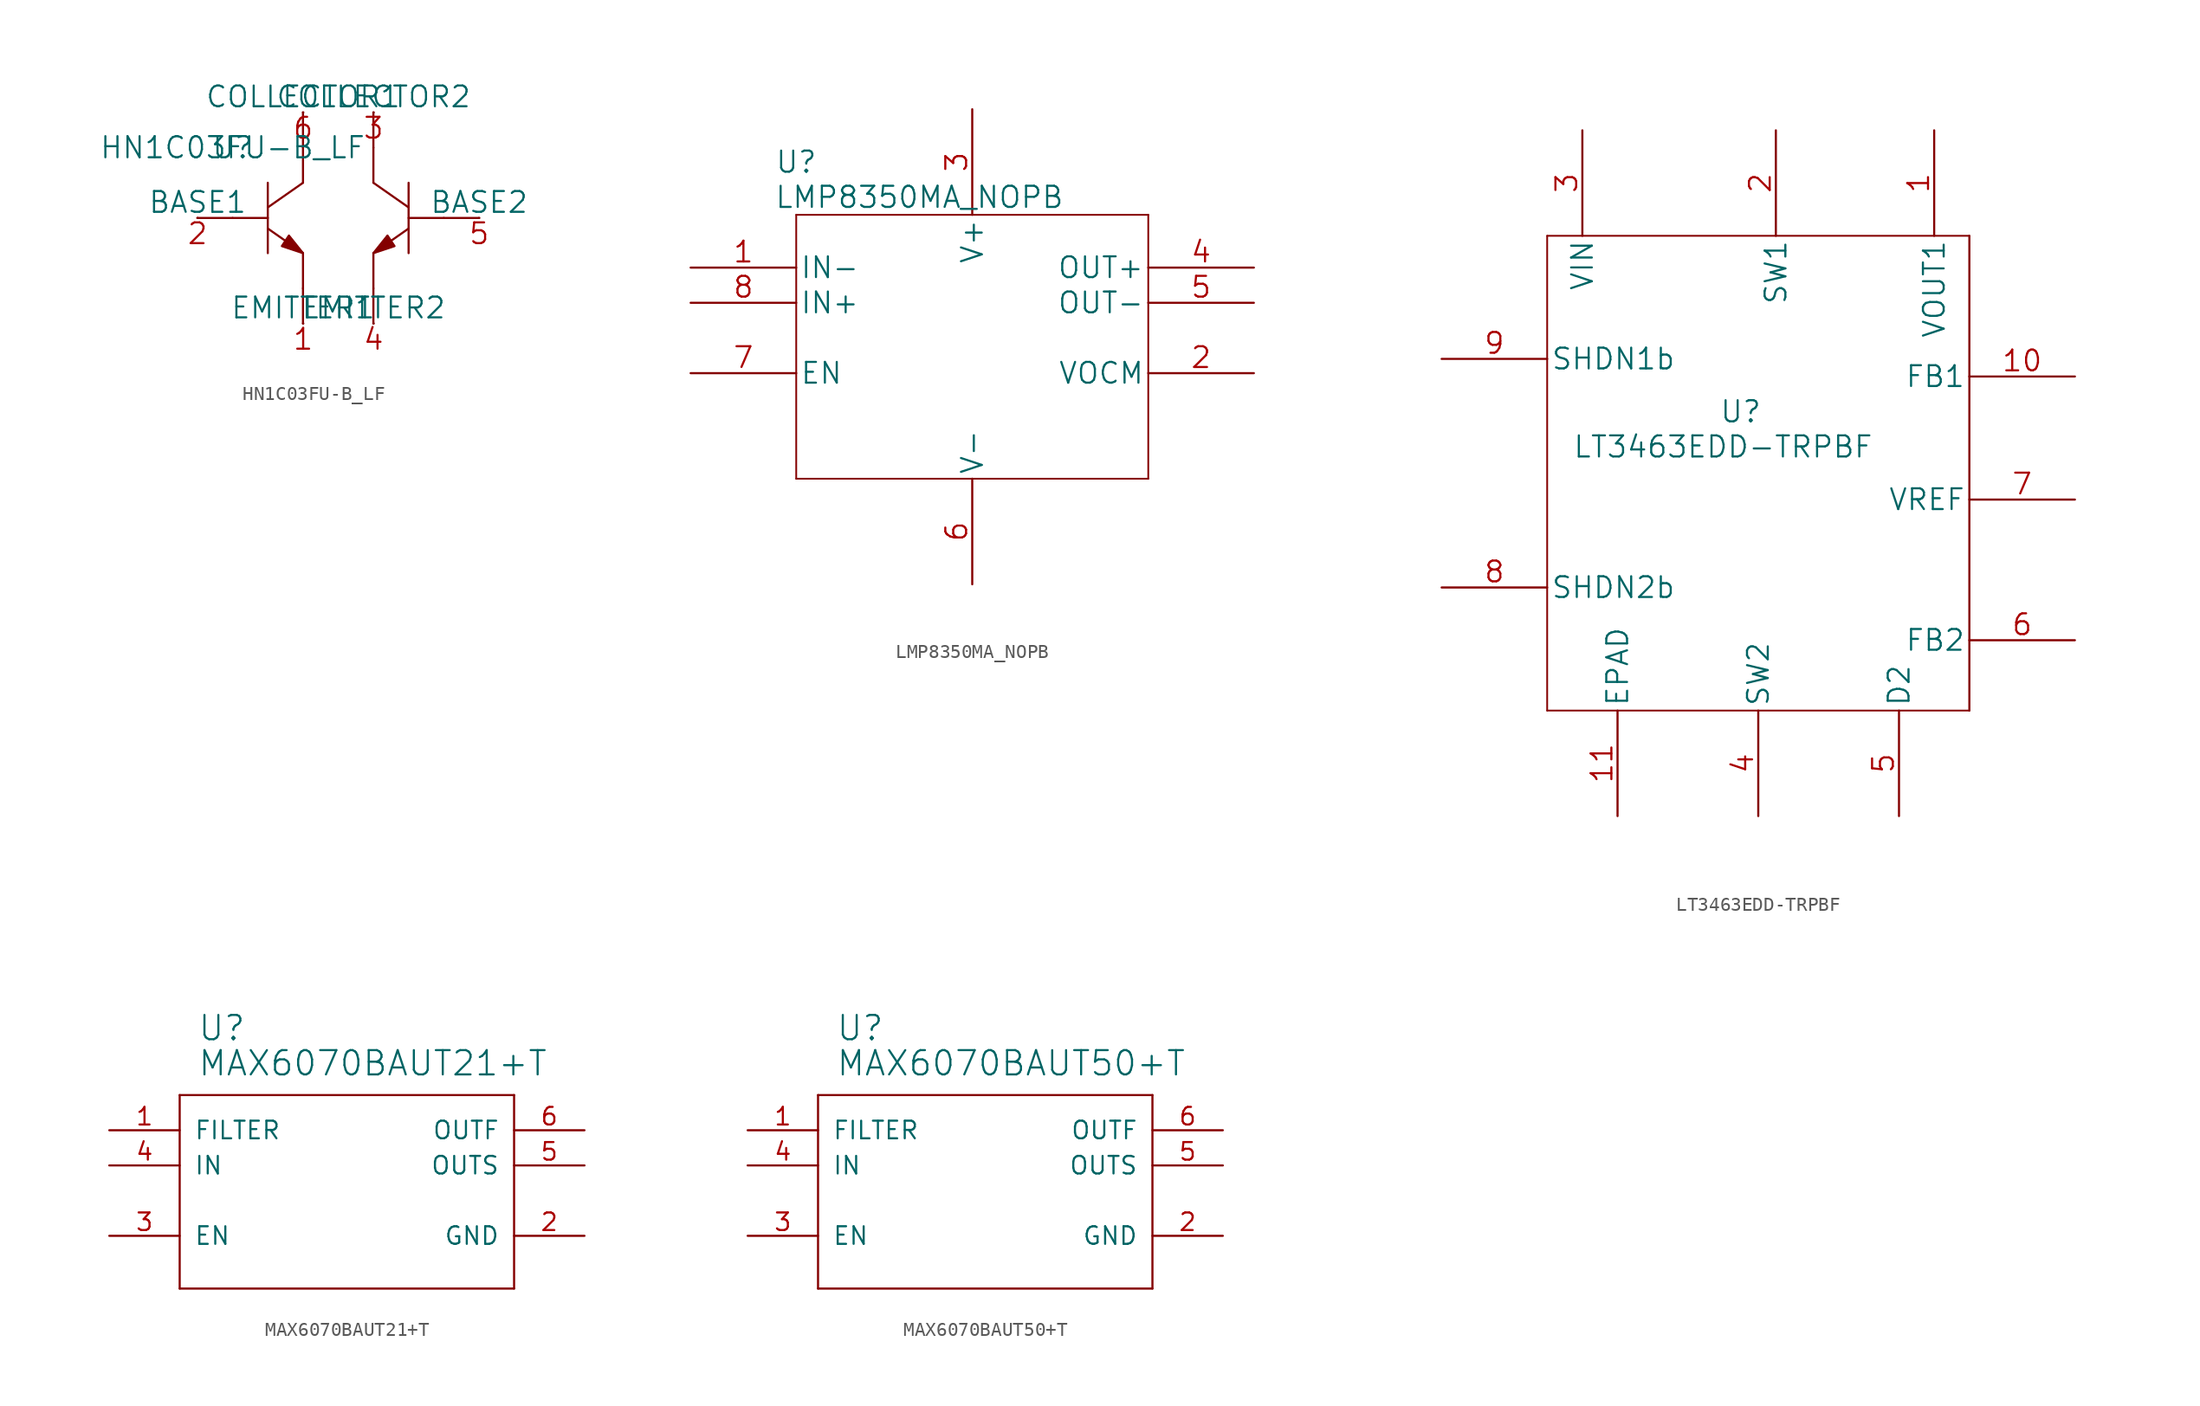
<source format=kicad_sym>
(kicad_symbol_lib
  (version 20211014)
  (generator kicad_symbol_editor)
  (symbol "HN1C03FU-B_LF"
    (pin_names
      (offset 0))
    (property "Reference" "U"
      (at 0 0 0)
      (effects (font (size 1.524 1.524))))
    (property "Value" "HN1C03FU-B_LF"
      (at 0 0 0)
      (effects (font (size 1.524 1.524))))
    (property "Datasheet" ""
      (at 0 0 0)
      (effects (font (size 1.524 1.524))))
    (property "ki_locked" ""
      (at 0 0 0)
      (effects (font (size 1.27 1.27))))
    (symbol "HN1C03FU-B_LF_1_1"
      (polyline (pts (xy -2.54 -5.08) (xy 0 -5.08)) (stroke (width 0) (type default) (color 0 0 0 0)) (fill (type none)))
      (polyline (pts (xy 2.54 -5.842) (xy 5.08 -7.62)) (stroke (width 0) (type default) (color 0 0 0 0)) (fill (type none)))
      (polyline (pts (xy 2.54 -5.08) (xy 0 -5.08)) (stroke (width 0) (type default) (color 0 0 0 0)) (fill (type none)))
      (polyline (pts (xy 2.54 -2.54) (xy 2.54 -7.62)) (stroke (width 0) (type default) (color 0 0 0 0)) (fill (type none)))
      (polyline (pts (xy 5.08 -12.7) (xy 5.08 -10.16)) (stroke (width 0) (type default) (color 0 0 0 0)) (fill (type none)))
      (polyline (pts (xy 5.08 -7.62) (xy 5.08 -10.16)) (stroke (width 0) (type default) (color 0 0 0 0)) (fill (type none)))
      (polyline (pts (xy 5.08 -2.54) (xy 2.54 -4.318)) (stroke (width 0) (type default) (color 0 0 0 0)) (fill (type none)))
      (polyline (pts (xy 5.08 -2.54) (xy 5.08 0)) (stroke (width 0) (type default) (color 0 0 0 0)) (fill (type none)))
      (polyline (pts (xy 5.08 2.54) (xy 5.08 0)) (stroke (width 0) (type default) (color 0 0 0 0)) (fill (type none)))
      (polyline (pts (xy 10.16 -12.7) (xy 10.16 -10.16)) (stroke (width 0) (type default) (color 0 0 0 0)) (fill (type none)))
      (polyline (pts (xy 10.16 -7.62) (xy 10.16 -10.16)) (stroke (width 0) (type default) (color 0 0 0 0)) (fill (type none)))
      (polyline (pts (xy 10.16 -7.62) (xy 12.7 -5.842)) (stroke (width 0) (type default) (color 0 0 0 0)) (fill (type none)))
      (polyline (pts (xy 10.16 -2.54) (xy 10.16 0)) (stroke (width 0) (type default) (color 0 0 0 0)) (fill (type none)))
      (polyline (pts (xy 10.16 2.54) (xy 10.16 0)) (stroke (width 0) (type default) (color 0 0 0 0)) (fill (type none)))
      (polyline (pts (xy 12.7 -7.62) (xy 12.7 -2.54)) (stroke (width 0) (type default) (color 0 0 0 0)) (fill (type none)))
      (polyline (pts (xy 12.7 -5.08) (xy 15.24 -5.08)) (stroke (width 0) (type default) (color 0 0 0 0)) (fill (type none)))
      (polyline (pts (xy 12.7 -4.318) (xy 10.16 -2.54)) (stroke (width 0) (type default) (color 0 0 0 0)) (fill (type none)))
      (polyline (pts (xy 17.78 -5.08) (xy 15.24 -5.08)) (stroke (width 0) (type default) (color 0 0 0 0)) (fill (type none)))
      (polyline (pts (xy 5.08 -7.62) (xy 4.064 -6.35) (xy 3.556 -7.112) (xy 5.08 -7.62) (xy 5.08 -7.62)) (stroke (width 0) (type default) (color 0 0 0 0)) (fill (type outline)))
      (polyline (pts (xy 10.16 -7.62) (xy 11.684 -7.112) (xy 11.176 -6.35) (xy 10.16 -7.62) (xy 10.16 -7.62)) (stroke (width 0) (type default) (color 0 0 0 0)) (fill (type outline)))
      (pin unspecified line (at 5.105 -12.7 180) (length 0.025) (name "EMITTER1" (effects (font (size 1.499 1.499)))) (number "1" (effects (font (size 1.499 1.499)))))
      (pin unspecified line (at -2.515 -5.08 180) (length 0.025) (name "BASE1" (effects (font (size 1.499 1.499)))) (number "2" (effects (font (size 1.499 1.499)))))
      (pin unspecified line (at 10.185 2.54 180) (length 0.025) (name "COLLECTOR2" (effects (font (size 1.499 1.499)))) (number "3" (effects (font (size 1.499 1.499)))))
      (pin unspecified line (at 10.185 -12.7 180) (length 0.025) (name "EMITTER2" (effects (font (size 1.499 1.499)))) (number "4" (effects (font (size 1.499 1.499)))))
      (pin unspecified line (at 17.805 -5.08 180) (length 0.025) (name "BASE2" (effects (font (size 1.499 1.499)))) (number "5" (effects (font (size 1.499 1.499)))))
      (pin unspecified line (at 5.105 2.54 180) (length 0.025) (name "COLLECTOR1" (effects (font (size 1.499 1.499)))) (number "6" (effects (font (size 1.499 1.499)))))))
  (symbol "LMP8350MA_NOPB"
    (pin_names
      (offset 0.254))
    (property "Reference" "U"
      (at 7.62 2.54 0)
      (effects (font (size 1.524 1.524))))
    (property "Value" "LMP8350MA_NOPB"
      (at 16.51 0 0)
      (effects (font (size 1.524 1.524))))
    (property "Datasheet" ""
      (at 0 0 0)
      (effects (font (size 1.524 1.524))))
    (property "ki_locked" ""
      (at 0 0 0)
      (effects (font (size 1.27 1.27))))
    (symbol "LMP8350MA_NOPB_1_1"
      (polyline (pts (xy 7.62 -20.32) (xy 33.02 -20.32)) (stroke (width 0.127) (type default) (color 0 0 0 0)) (fill (type none)))
      (polyline (pts (xy 7.62 -1.27) (xy 7.62 -20.32)) (stroke (width 0.127) (type default) (color 0 0 0 0)) (fill (type none)))
      (polyline (pts (xy 33.02 -20.32) (xy 33.02 -1.27)) (stroke (width 0.127) (type default) (color 0 0 0 0)) (fill (type none)))
      (polyline (pts (xy 33.02 -1.27) (xy 7.62 -1.27)) (stroke (width 0.127) (type default) (color 0 0 0 0)) (fill (type none)))
      (pin input line (at 0 -5.08 0) (length 7.62) (name "IN-" (effects (font (size 1.499 1.499)))) (number "1" (effects (font (size 1.499 1.499)))))
      (pin input line (at 40.64 -12.7 180) (length 7.62) (name "VOCM" (effects (font (size 1.499 1.499)))) (number "2" (effects (font (size 1.499 1.499)))))
      (pin power_in line (at 20.32 6.35 270) (length 7.62) (name "V+" (effects (font (size 1.499 1.499)))) (number "3" (effects (font (size 1.499 1.499)))))
      (pin output line (at 40.64 -5.08 180) (length 7.62) (name "OUT+" (effects (font (size 1.499 1.499)))) (number "4" (effects (font (size 1.499 1.499)))))
      (pin output line (at 40.64 -7.62 180) (length 7.62) (name "OUT-" (effects (font (size 1.499 1.499)))) (number "5" (effects (font (size 1.499 1.499)))))
      (pin power_in line (at 20.32 -27.94 90) (length 7.62) (name "V-" (effects (font (size 1.499 1.499)))) (number "6" (effects (font (size 1.499 1.499)))))
      (pin input line (at 0 -12.7 0) (length 7.62) (name "EN" (effects (font (size 1.499 1.499)))) (number "7" (effects (font (size 1.499 1.499)))))
      (pin input line (at 0 -7.62 0) (length 7.62) (name "IN+" (effects (font (size 1.499 1.499)))) (number "8" (effects (font (size 1.499 1.499)))))))
  (symbol "LT3463EDD-TRPBF"
    (pin_names
      (offset 0.254))
    (property "Reference" "U"
      (at 21.59 -7.62 0)
      (effects (font (size 1.524 1.524))))
    (property "Value" "LT3463EDD-TRPBF"
      (at 20.32 -10.16 0)
      (effects (font (size 1.524 1.524))))
    (property "Datasheet" ""
      (at 0 0 0)
      (effects (font (size 1.524 1.524))))
    (property "ki_locked" ""
      (at 0 0 0)
      (effects (font (size 1.27 1.27))))
    (symbol "LT3463EDD-TRPBF_1_1"
      (polyline (pts (xy 7.62 -29.21) (xy 38.1 -29.21)) (stroke (width 0.127) (type default) (color 0 0 0 0)) (fill (type none)))
      (polyline (pts (xy 7.62 5.08) (xy 7.62 -29.21)) (stroke (width 0.127) (type default) (color 0 0 0 0)) (fill (type none)))
      (polyline (pts (xy 38.1 5.08) (xy 7.62 5.08)) (stroke (width 0.127) (type default) (color 0 0 0 0)) (fill (type none)))
      (polyline (pts (xy 38.1 5.08) (xy 38.1 -29.21)) (stroke (width 0) (type default) (color 0 0 0 0)) (fill (type none)))
      (pin output line (at 35.56 12.7 270) (length 7.62) (name "VOUT1" (effects (font (size 1.499 1.499)))) (number "1" (effects (font (size 1.499 1.499)))))
      (pin output line (at 45.72 -5.08 180) (length 7.62) (name "FB1" (effects (font (size 1.499 1.499)))) (number "10" (effects (font (size 1.499 1.499)))))
      (pin unspecified line (at 12.7 -36.83 90) (length 7.62) (name "EPAD" (effects (font (size 1.499 1.499)))) (number "11" (effects (font (size 1.499 1.499)))))
      (pin unspecified line (at 24.13 12.7 270) (length 7.62) (name "SW1" (effects (font (size 1.499 1.499)))) (number "2" (effects (font (size 1.499 1.499)))))
      (pin input line (at 10.16 12.7 270) (length 7.62) (name "VIN" (effects (font (size 1.499 1.499)))) (number "3" (effects (font (size 1.499 1.499)))))
      (pin unspecified line (at 22.86 -36.83 90) (length 7.62) (name "SW2" (effects (font (size 1.499 1.499)))) (number "4" (effects (font (size 1.499 1.499)))))
      (pin unspecified line (at 33.02 -36.83 90) (length 7.62) (name "D2" (effects (font (size 1.499 1.499)))) (number "5" (effects (font (size 1.499 1.499)))))
      (pin unspecified line (at 45.72 -24.13 180) (length 7.62) (name "FB2" (effects (font (size 1.499 1.499)))) (number "6" (effects (font (size 1.499 1.499)))))
      (pin power_in line (at 45.72 -13.97 180) (length 7.62) (name "VREF" (effects (font (size 1.499 1.499)))) (number "7" (effects (font (size 1.499 1.499)))))
      (pin unspecified line (at 0 -20.32 0) (length 7.62) (name "SHDN2b" (effects (font (size 1.499 1.499)))) (number "8" (effects (font (size 1.499 1.499)))))
      (pin unspecified line (at 0 -3.81 0) (length 7.62) (name "SHDN1b" (effects (font (size 1.499 1.499)))) (number "9" (effects (font (size 1.499 1.499)))))))
  (symbol "MAX6070BAUT21+T"
    (pin_names
      (offset 1.016))
    (property "Reference" "U"
      (at 15.24 6.35 0)
      (effects (font (size 1.753 1.753)) (justify left bottom)))
    (property "Value" "MAX6070BAUT21+T"
      (at 15.24 3.81 0)
      (effects (font (size 1.753 1.753)) (justify left bottom)))
    (property "ki_locked" ""
      (at 0 0 0)
      (effects (font (size 1.27 1.27))))
    (symbol "MAX6070BAUT21+T_1_0"
      (polyline (pts (xy 13.97 -11.43) (xy 38.1 -11.43)) (stroke (width 0) (type default) (color 0 0 0 0)) (fill (type none)))
      (polyline (pts (xy 13.97 2.54) (xy 13.97 -11.43)) (stroke (width 0) (type default) (color 0 0 0 0)) (fill (type none)))
      (polyline (pts (xy 38.1 -11.43) (xy 38.1 2.54)) (stroke (width 0) (type default) (color 0 0 0 0)) (fill (type none)))
      (polyline (pts (xy 38.1 2.54) (xy 13.97 2.54)) (stroke (width 0) (type default) (color 0 0 0 0)) (fill (type none)))
      (pin input line (at 8.89 0 0) (length 5.08) (name "FILTER" (effects (font (size 1.27 1.27)))) (number "1" (effects (font (size 1.27 1.27)))))
      (pin power_in line (at 43.18 -7.62 180) (length 5.08) (name "GND" (effects (font (size 1.27 1.27)))) (number "2" (effects (font (size 1.27 1.27)))))
      (pin bidirectional line (at 8.89 -7.62 0) (length 5.08) (name "EN" (effects (font (size 1.27 1.27)))) (number "3" (effects (font (size 1.27 1.27)))))
      (pin input line (at 8.89 -2.54 0) (length 5.08) (name "IN" (effects (font (size 1.27 1.27)))) (number "4" (effects (font (size 1.27 1.27)))))
      (pin bidirectional line (at 43.18 -2.54 180) (length 5.08) (name "OUTS" (effects (font (size 1.27 1.27)))) (number "5" (effects (font (size 1.27 1.27)))))
      (pin output line (at 43.18 0 180) (length 5.08) (name "OUTF" (effects (font (size 1.27 1.27)))) (number "6" (effects (font (size 1.27 1.27)))))))
  (symbol "MAX6070BAUT50+T"
    (pin_names
      (offset 1.016))
    (property "Reference" "U"
      (at 15.24 6.35 0)
      (effects (font (size 1.753 1.753)) (justify left bottom)))
    (property "Value" "MAX6070BAUT50+T"
      (at 15.24 3.81 0)
      (effects (font (size 1.753 1.753)) (justify left bottom)))
    (property "ki_locked" ""
      (at 0 0 0)
      (effects (font (size 1.27 1.27))))
    (symbol "MAX6070BAUT50+T_1_0"
      (polyline (pts (xy 13.97 -11.43) (xy 38.1 -11.43)) (stroke (width 0) (type default) (color 0 0 0 0)) (fill (type none)))
      (polyline (pts (xy 13.97 2.54) (xy 13.97 -11.43)) (stroke (width 0) (type default) (color 0 0 0 0)) (fill (type none)))
      (polyline (pts (xy 38.1 -11.43) (xy 38.1 2.54)) (stroke (width 0) (type default) (color 0 0 0 0)) (fill (type none)))
      (polyline (pts (xy 38.1 2.54) (xy 13.97 2.54)) (stroke (width 0) (type default) (color 0 0 0 0)) (fill (type none)))
      (pin input line (at 8.89 0 0) (length 5.08) (name "FILTER" (effects (font (size 1.27 1.27)))) (number "1" (effects (font (size 1.27 1.27)))))
      (pin power_in line (at 43.18 -7.62 180) (length 5.08) (name "GND" (effects (font (size 1.27 1.27)))) (number "2" (effects (font (size 1.27 1.27)))))
      (pin bidirectional line (at 8.89 -7.62 0) (length 5.08) (name "EN" (effects (font (size 1.27 1.27)))) (number "3" (effects (font (size 1.27 1.27)))))
      (pin input line (at 8.89 -2.54 0) (length 5.08) (name "IN" (effects (font (size 1.27 1.27)))) (number "4" (effects (font (size 1.27 1.27)))))
      (pin bidirectional line (at 43.18 -2.54 180) (length 5.08) (name "OUTS" (effects (font (size 1.27 1.27)))) (number "5" (effects (font (size 1.27 1.27)))))
      (pin output line (at 43.18 0 180) (length 5.08) (name "OUTF" (effects (font (size 1.27 1.27)))) (number "6" (effects (font (size 1.27 1.27))))))))
</source>
